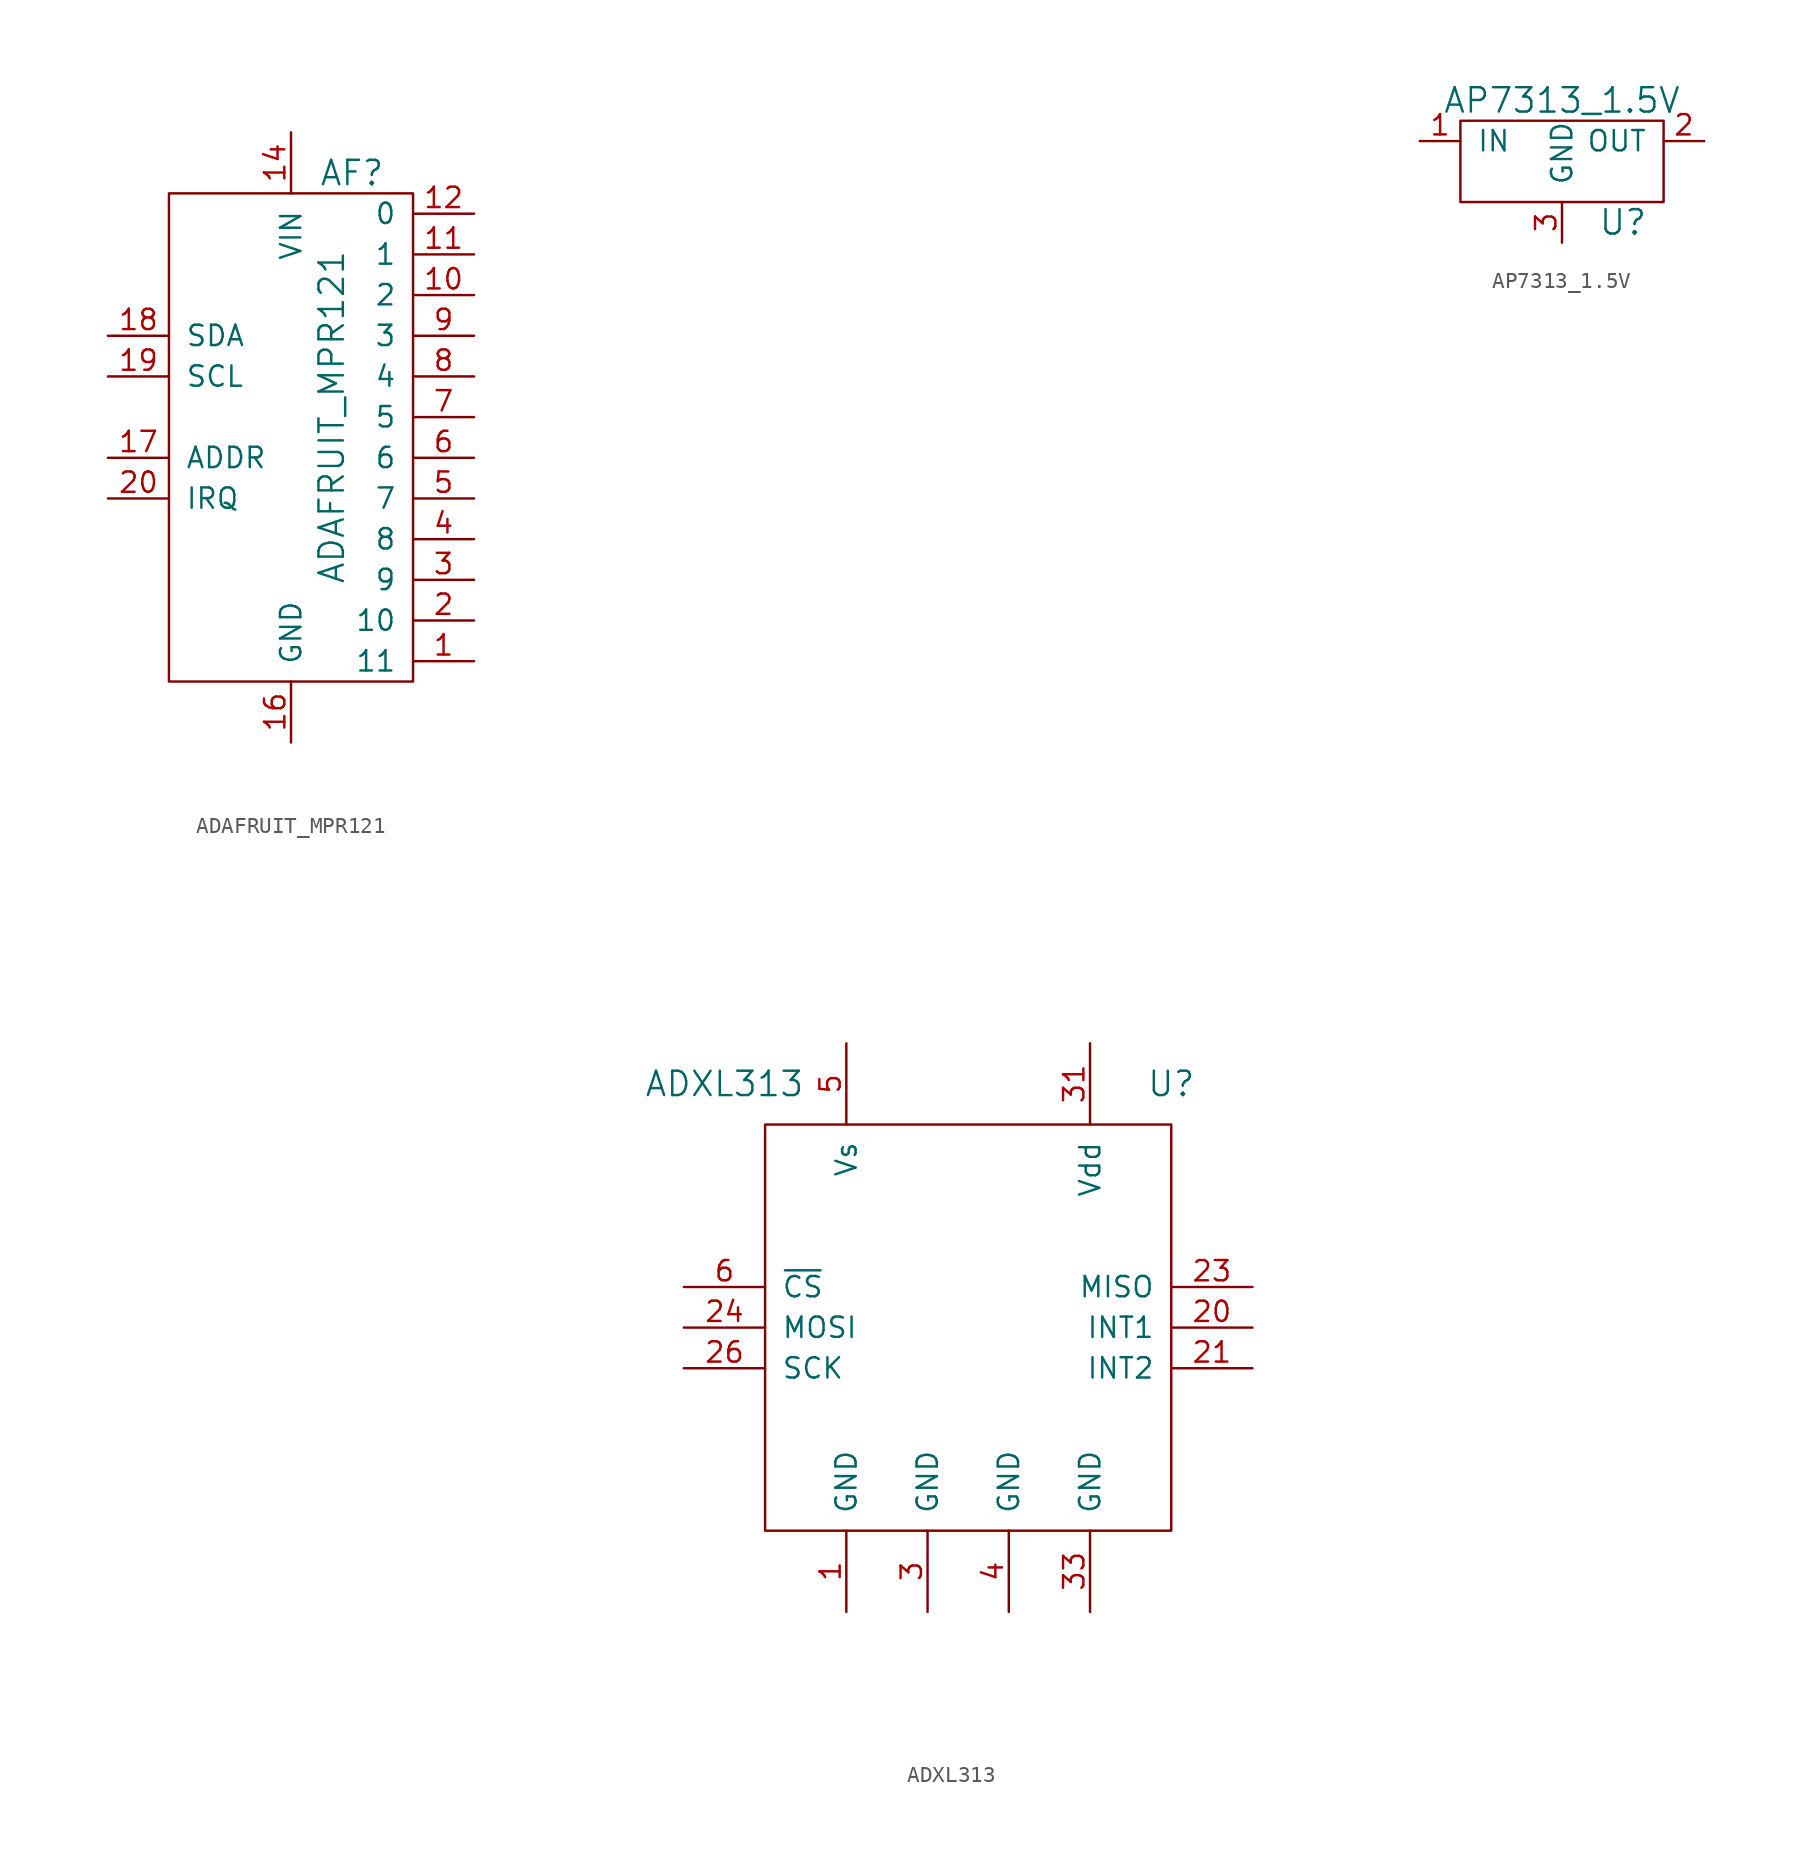
<source format=kicad_sym>
(kicad_symbol_lib
  (version 20211014)
  (generator kicad_symbol_editor)
  (symbol "ADAFRUIT_MPR121"
    (pin_names
      (offset 1.016))
    (property "Reference" "AF"
      (at 3.81 15.24 0)
      (effects (font (size 1.524 1.524))))
    (property "Value" "ADAFRUIT_MPR121"
      (at 2.54 0 90)
      (effects (font (size 1.524 1.524))))
    (symbol "ADAFRUIT_MPR121_0_1"
      (rectangle (start -7.62 13.97) (end 7.62 -16.51) (stroke (width 0) (type default) (color 0 0 0 0)) (fill (type none))))
    (symbol "ADAFRUIT_MPR121_1_1"
      (pin input line (at 11.43 -15.24 180) (length 3.81) (name "11" (effects (font (size 1.27 1.27)))) (number "1" (effects (font (size 1.27 1.27)))))
      (pin input line (at 11.43 7.62 180) (length 3.81) (name "2" (effects (font (size 1.27 1.27)))) (number "10" (effects (font (size 1.27 1.27)))))
      (pin input line (at 11.43 10.16 180) (length 3.81) (name "1" (effects (font (size 1.27 1.27)))) (number "11" (effects (font (size 1.27 1.27)))))
      (pin input line (at 11.43 12.7 180) (length 3.81) (name "0" (effects (font (size 1.27 1.27)))) (number "12" (effects (font (size 1.27 1.27)))))
      (pin power_in line (at 0 17.78 270) (length 3.81) (name "VIN" (effects (font (size 1.27 1.27)))) (number "14" (effects (font (size 1.27 1.27)))))
      (pin power_in line (at 0 -20.32 90) (length 3.81) (name "GND" (effects (font (size 1.27 1.27)))) (number "16" (effects (font (size 1.27 1.27)))))
      (pin passive line (at -11.43 -2.54 0) (length 3.81) (name "ADDR" (effects (font (size 1.27 1.27)))) (number "17" (effects (font (size 1.27 1.27)))))
      (pin passive line (at -11.43 5.08 0) (length 3.81) (name "SDA" (effects (font (size 1.27 1.27)))) (number "18" (effects (font (size 1.27 1.27)))))
      (pin passive line (at -11.43 2.54 0) (length 3.81) (name "SCL" (effects (font (size 1.27 1.27)))) (number "19" (effects (font (size 1.27 1.27)))))
      (pin input line (at 11.43 -12.7 180) (length 3.81) (name "10" (effects (font (size 1.27 1.27)))) (number "2" (effects (font (size 1.27 1.27)))))
      (pin passive line (at -11.43 -5.08 0) (length 3.81) (name "IRQ" (effects (font (size 1.27 1.27)))) (number "20" (effects (font (size 1.27 1.27)))))
      (pin input line (at 11.43 -10.16 180) (length 3.81) (name "9" (effects (font (size 1.27 1.27)))) (number "3" (effects (font (size 1.27 1.27)))))
      (pin input line (at 11.43 -7.62 180) (length 3.81) (name "8" (effects (font (size 1.27 1.27)))) (number "4" (effects (font (size 1.27 1.27)))))
      (pin input line (at 11.43 -5.08 180) (length 3.81) (name "7" (effects (font (size 1.27 1.27)))) (number "5" (effects (font (size 1.27 1.27)))))
      (pin input line (at 11.43 -2.54 180) (length 3.81) (name "6" (effects (font (size 1.27 1.27)))) (number "6" (effects (font (size 1.27 1.27)))))
      (pin input line (at 11.43 0 180) (length 3.81) (name "5" (effects (font (size 1.27 1.27)))) (number "7" (effects (font (size 1.27 1.27)))))
      (pin input line (at 11.43 2.54 180) (length 3.81) (name "4" (effects (font (size 1.27 1.27)))) (number "8" (effects (font (size 1.27 1.27)))))
      (pin input line (at 11.43 5.08 180) (length 3.81) (name "3" (effects (font (size 1.27 1.27)))) (number "9" (effects (font (size 1.27 1.27)))))))
  (symbol "ADXL313"
    (pin_names
      (offset 1.016))
    (property "Reference" "U"
      (at 12.7 15.24 0)
      (effects (font (size 1.524 1.524))))
    (property "Value" "ADXL313"
      (at -15.24 15.24 0)
      (effects (font (size 1.524 1.524))))
    (property "Datasheet" ""
      (at 1.27 69.85 0)
      (effects (font (size 1.524 1.524))))
    (symbol "ADXL313_0_1"
      (rectangle (start -12.7 12.7) (end 12.7 -12.7) (stroke (width 0) (type default) (color 0 0 0 0)) (fill (type none))))
    (symbol "ADXL313_1_1"
      (pin power_in line (at -7.62 -17.78 90) (length 5.08) (name "GND" (effects (font (size 1.27 1.27)))) (number "1" (effects (font (size 1.27 1.27)))))
      (pin output line (at 17.78 0 180) (length 5.08) (name "INT1" (effects (font (size 1.27 1.27)))) (number "20" (effects (font (size 1.27 1.27)))))
      (pin output line (at 17.78 -2.54 180) (length 5.08) (name "INT2" (effects (font (size 1.27 1.27)))) (number "21" (effects (font (size 1.27 1.27)))))
      (pin output line (at 17.78 2.54 180) (length 5.08) (name "MISO" (effects (font (size 1.27 1.27)))) (number "23" (effects (font (size 1.27 1.27)))))
      (pin input line (at -17.78 0 0) (length 5.08) (name "MOSI" (effects (font (size 1.27 1.27)))) (number "24" (effects (font (size 1.27 1.27)))))
      (pin input line (at -17.78 -2.54 0) (length 5.08) (name "SCK" (effects (font (size 1.27 1.27)))) (number "26" (effects (font (size 1.27 1.27)))))
      (pin power_in line (at -2.54 -17.78 90) (length 5.08) (name "GND" (effects (font (size 1.27 1.27)))) (number "3" (effects (font (size 1.27 1.27)))))
      (pin power_in line (at 7.62 17.78 270) (length 5.08) (name "Vdd" (effects (font (size 1.27 1.27)))) (number "31" (effects (font (size 1.27 1.27)))))
      (pin power_in line (at 7.62 -17.78 90) (length 5.08) (name "GND" (effects (font (size 1.27 1.27)))) (number "33" (effects (font (size 1.27 1.27)))))
      (pin power_in line (at 2.54 -17.78 90) (length 5.08) (name "GND" (effects (font (size 1.27 1.27)))) (number "4" (effects (font (size 1.27 1.27)))))
      (pin power_in line (at -7.62 17.78 270) (length 5.08) (name "Vs" (effects (font (size 1.27 1.27)))) (number "5" (effects (font (size 1.27 1.27)))))
      (pin input line (at -17.78 2.54 0) (length 5.08) (name "~{CS}" (effects (font (size 1.27 1.27)))) (number "6" (effects (font (size 1.27 1.27)))))))
  (symbol "AP7313_1.5V"
    (pin_names
      (offset 1.016))
    (property "Reference" "U"
      (at 3.81 -5.08 0)
      (effects (font (size 1.524 1.524))))
    (property "Value" "AP7313_1.5V"
      (at 0 2.54 0)
      (effects (font (size 1.524 1.524))))
    (symbol "AP7313_1.5V_0_1"
      (rectangle (start -6.35 1.27) (end 6.35 -3.81) (stroke (width 0) (type default) (color 0 0 0 0)) (fill (type none))))
    (symbol "AP7313_1.5V_1_1"
      (pin power_in line (at -8.89 0 0) (length 2.54) (name "IN" (effects (font (size 1.27 1.27)))) (number "1" (effects (font (size 1.27 1.27)))))
      (pin power_out line (at 8.89 0 180) (length 2.54) (name "OUT" (effects (font (size 1.27 1.27)))) (number "2" (effects (font (size 1.27 1.27)))))
      (pin power_in line (at 0 -6.35 90) (length 2.54) (name "GND" (effects (font (size 1.27 1.27)))) (number "3" (effects (font (size 1.27 1.27))))))))
</source>
